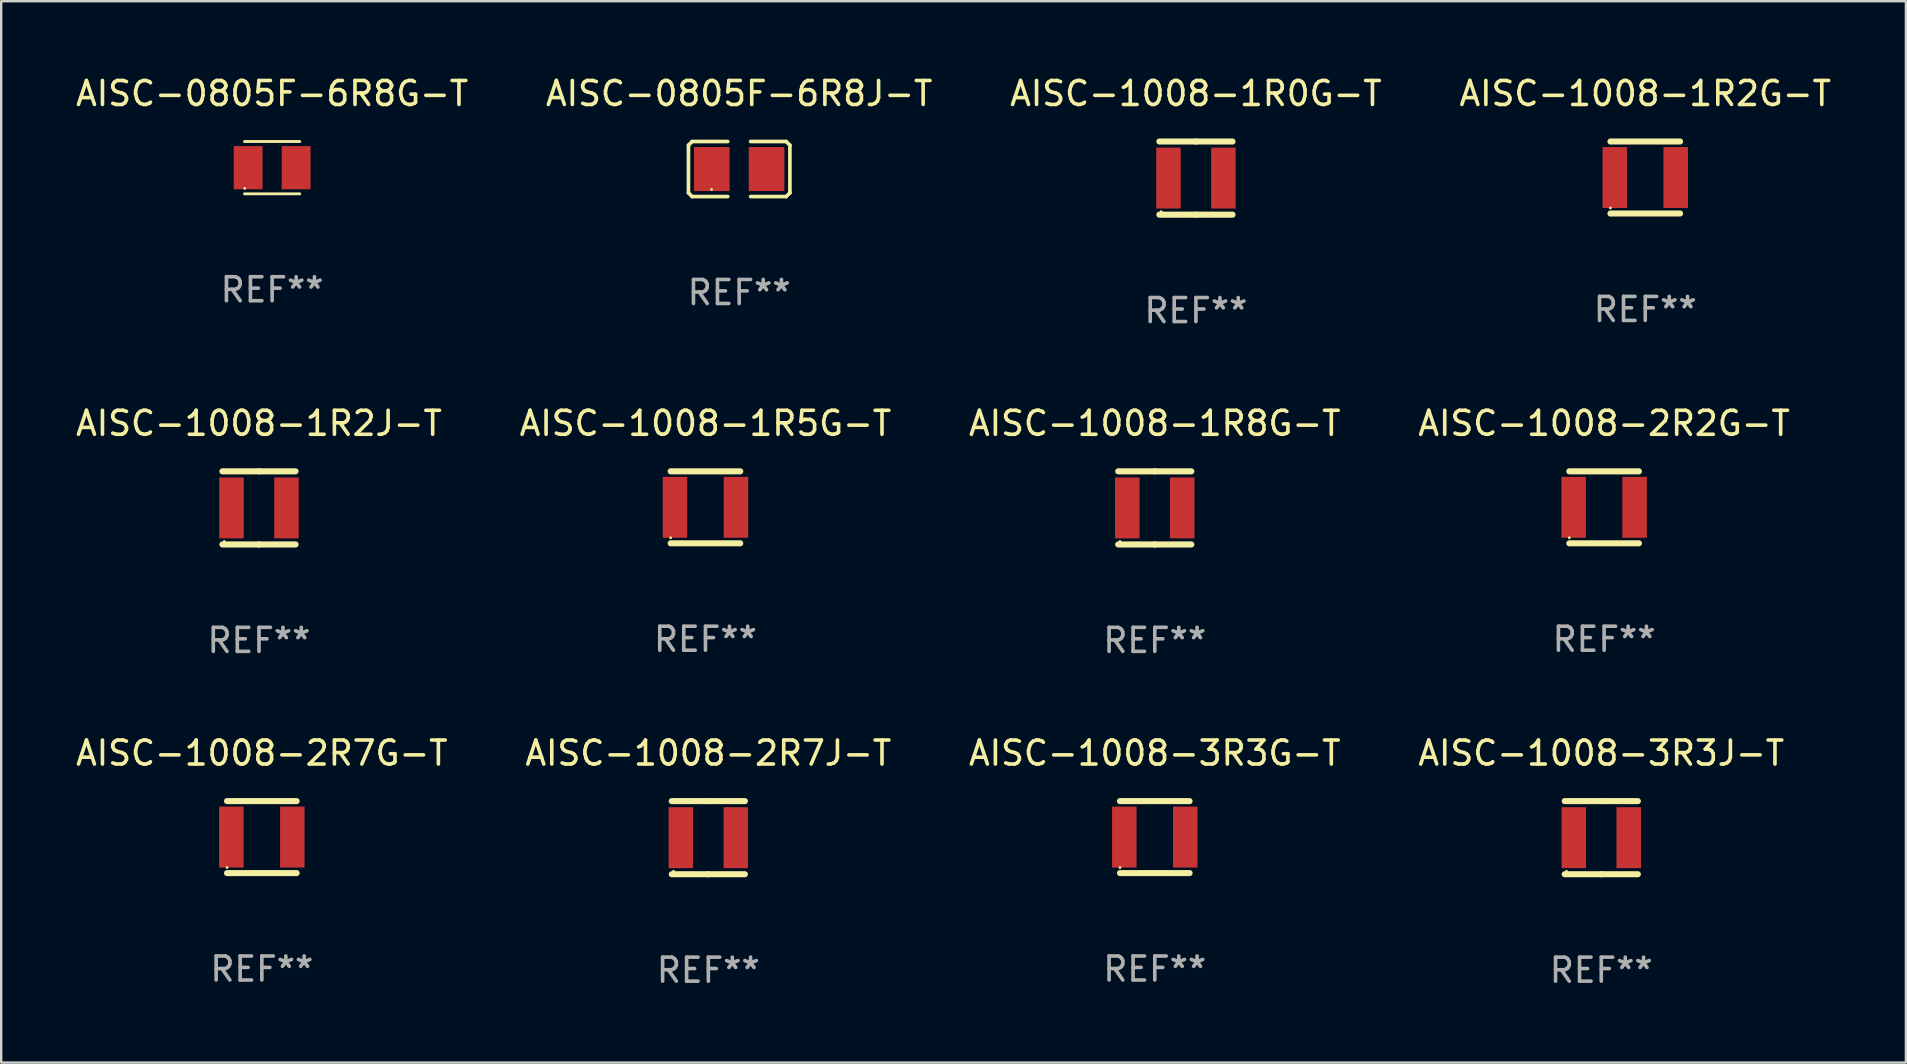
<source format=kicad_pcb>
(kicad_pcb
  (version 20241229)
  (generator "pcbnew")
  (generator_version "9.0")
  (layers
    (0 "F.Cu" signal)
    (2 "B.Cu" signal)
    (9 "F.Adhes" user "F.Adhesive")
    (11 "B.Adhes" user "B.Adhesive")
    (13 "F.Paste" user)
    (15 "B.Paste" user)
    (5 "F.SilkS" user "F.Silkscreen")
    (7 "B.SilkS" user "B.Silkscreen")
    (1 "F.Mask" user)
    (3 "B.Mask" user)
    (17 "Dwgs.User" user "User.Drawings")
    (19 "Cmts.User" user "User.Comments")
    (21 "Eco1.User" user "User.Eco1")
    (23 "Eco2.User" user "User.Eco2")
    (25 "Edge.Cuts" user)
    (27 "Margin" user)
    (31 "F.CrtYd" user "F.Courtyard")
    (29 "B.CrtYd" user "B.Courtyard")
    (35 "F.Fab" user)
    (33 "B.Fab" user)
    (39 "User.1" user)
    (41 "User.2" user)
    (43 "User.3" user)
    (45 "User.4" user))
  (footprint "AISC-0805F-6R8G-T"
    (layer "F.Cu")
    (at 8.292 3.938)
    (property "Reference" "AISC-0805F-6R8G-T" (at 0 -3.09 0) (layer "F.SilkS") (effects (font (size 1 1) (thickness 0.15))))
    (attr through_hole)
    (fp_line (start -1.15 1.09) (end 1.15 1.09) (stroke (width 0.12) (type solid)) (layer "F.SilkS"))
    (fp_line (start 1.15 -1.09) (end -1.15 -1.09) (stroke (width 0.12) (type solid)) (layer "F.SilkS"))
    (fp_circle (center -1.145 0.865) (end -1.115 0.865) (stroke (width 0.06) (type solid)) (fill no) (layer "F.SilkS"))
    (fp_text user "REF**" (at 0 5.09 0) (layer "F.Fab") (effects (font (size 1 1) (thickness 0.15))))
    (pad "1" smd rect (at -1 0 90) (size 1.8 1.2) (layers "F.Cu" "F.Mask" "F.Paste"))
    (pad "2" smd rect (at 1 0 90) (size 1.8 1.2) (layers "F.Cu" "F.Mask" "F.Paste")))
  (footprint "AISC-1008-1R0G-T"
    (layer "F.Cu")
    (at 46.792 4.372)
    (property "Reference" "AISC-1008-1R0G-T" (at 0 -3.524 0) (layer "F.SilkS") (effects (font (size 1 1) (thickness 0.15))))
    (attr through_hole)
    (fp_line (start -1.524 -1.524) (end 0 -1.524) (stroke (width 0.254) (type solid)) (layer "F.SilkS"))
    (fp_line (start 0 -1.524) (end 1.524 -1.524) (stroke (width 0.254) (type solid)) (layer "F.SilkS"))
    (fp_line (start 0 1.524) (end -1.524 1.524) (stroke (width 0.254) (type solid)) (layer "F.SilkS"))
    (fp_line (start 1.524 1.524) (end 0 1.524) (stroke (width 0.254) (type solid)) (layer "F.SilkS"))
    (fp_circle (center -1.45 1.4) (end -1.42 1.4) (stroke (width 0.06) (type solid)) (fill no) (layer "F.SilkS"))
    (fp_text user "REF**" (at 0 5.524 0) (layer "F.Fab") (effects (font (size 1 1) (thickness 0.15))))
    (pad "1" smd rect (at -1.145 0) (size 1.02 2.54) (layers "F.Cu" "F.Mask" "F.Paste"))
    (pad "2" smd rect (at 1.145 0) (size 1.02 2.54) (layers "F.Cu" "F.Mask" "F.Paste")))
  (footprint "AISC-1008-3R3J-T"
    (layer "F.Cu")
    (at 63.685 31.861)
    (property "Reference" "AISC-1008-3R3J-T" (at 0 -3.524 0) (layer "F.SilkS") (effects (font (size 1 1) (thickness 0.15))))
    (attr through_hole)
    (fp_line (start -1.524 -1.524) (end 0 -1.524) (stroke (width 0.254) (type solid)) (layer "F.SilkS"))
    (fp_line (start 0 -1.524) (end 1.524 -1.524) (stroke (width 0.254) (type solid)) (layer "F.SilkS"))
    (fp_line (start 0 1.524) (end -1.524 1.524) (stroke (width 0.254) (type solid)) (layer "F.SilkS"))
    (fp_line (start 1.524 1.524) (end 0 1.524) (stroke (width 0.254) (type solid)) (layer "F.SilkS"))
    (fp_circle (center -1.45 1.4) (end -1.42 1.4) (stroke (width 0.06) (type solid)) (fill no) (layer "F.SilkS"))
    (fp_text user "REF**" (at 0 5.524 0) (layer "F.Fab") (effects (font (size 1 1) (thickness 0.15))))
    (pad "1" smd rect (at -1.145 0) (size 1.02 2.54) (layers "F.Cu" "F.Mask" "F.Paste"))
    (pad "2" smd rect (at 1.145 0) (size 1.02 2.54) (layers "F.Cu" "F.Mask" "F.Paste")))
  (footprint "AISC-1008-1R8G-T"
    (layer "F.Cu")
    (at 45.077 18.117)
    (property "Reference" "AISC-1008-1R8G-T" (at 0 -3.524 0) (layer "F.SilkS") (effects (font (size 1 1) (thickness 0.15))))
    (attr through_hole)
    (fp_line (start -1.524 -1.524) (end 0 -1.524) (stroke (width 0.254) (type solid)) (layer "F.SilkS"))
    (fp_line (start 0 -1.524) (end 1.524 -1.524) (stroke (width 0.254) (type solid)) (layer "F.SilkS"))
    (fp_line (start 0 1.524) (end -1.524 1.524) (stroke (width 0.254) (type solid)) (layer "F.SilkS"))
    (fp_line (start 1.524 1.524) (end 0 1.524) (stroke (width 0.254) (type solid)) (layer "F.SilkS"))
    (fp_circle (center -1.45 1.4) (end -1.42 1.4) (stroke (width 0.06) (type solid)) (fill no) (layer "F.SilkS"))
    (fp_text user "REF**" (at 0 5.524 0) (layer "F.Fab") (effects (font (size 1 1) (thickness 0.15))))
    (pad "1" smd rect (at -1.145 0) (size 1.02 2.54) (layers "F.Cu" "F.Mask" "F.Paste"))
    (pad "2" smd rect (at 1.145 0) (size 1.02 2.54) (layers "F.Cu" "F.Mask" "F.Paste")))
  (footprint "AISC-0805F-6R8J-T"
    (layer "F.Cu")
    (at 27.756 3.995)
    (property "Reference" "AISC-0805F-6R8J-T" (at 0 -3.147 0) (layer "F.SilkS") (effects (font (size 1 1) (thickness 0.15))))
    (attr through_hole)
    (fp_line (start -2.114 -0.994) (end -2.114 0.994) (stroke (width 0.152) (type solid)) (layer "F.SilkS"))
    (fp_line (start -2.114 0.994) (end -1.961 1.147) (stroke (width 0.152) (type solid)) (layer "F.SilkS"))
    (fp_line (start -1.961 -1.147) (end -2.114 -0.994) (stroke (width 0.152) (type solid)) (layer "F.SilkS"))
    (fp_line (start -1.961 1.147) (end -0.476 1.147) (stroke (width 0.152) (type solid)) (layer "F.SilkS"))
    (fp_line (start -0.476 -1.147) (end -1.961 -1.147) (stroke (width 0.152) (type solid)) (layer "F.SilkS"))
    (fp_line (start 0.476 -1.147) (end 1.961 -1.147) (stroke (width 0.152) (type solid)) (layer "F.SilkS"))
    (fp_line (start 1.961 -1.147) (end 2.114 -0.994) (stroke (width 0.152) (type solid)) (layer "F.SilkS"))
    (fp_line (start 1.961 1.147) (end 0.476 1.147) (stroke (width 0.152) (type solid)) (layer "F.SilkS"))
    (fp_line (start 2.114 -0.994) (end 2.114 0.994) (stroke (width 0.152) (type solid)) (layer "F.SilkS"))
    (fp_line (start 2.114 0.994) (end 1.961 1.147) (stroke (width 0.152) (type solid)) (layer "F.SilkS"))
    (fp_circle (center -1.15 0.85) (end -1.12 0.85) (stroke (width 0.06) (type solid)) (fill no) (layer "F.SilkS"))
    (fp_text user "REF**" (at 0 5.147 0) (layer "F.Fab") (effects (font (size 1 1) (thickness 0.15))))
    (pad "1" smd rect (at -1.142 0) (size 1.485 1.836) (layers "F.Cu" "F.Mask" "F.Paste"))
    (pad "2" smd rect (at 1.142 0) (size 1.485 1.836) (layers "F.Cu" "F.Mask" "F.Paste")))
  (footprint "AISC-1008-1R5G-T"
    (layer "F.Cu")
    (at 26.351 18.093)
    (property "Reference" "AISC-1008-1R5G-T" (at 0 -3.5 0) (layer "F.SilkS") (effects (font (size 1 1) (thickness 0.15))))
    (attr through_hole)
    (fp_line (start -1.45 -1.5) (end 1.45 -1.5) (stroke (width 0.254) (type solid)) (layer "F.SilkS"))
    (fp_line (start -1.45 1.5) (end 1.45 1.5) (stroke (width 0.254) (type solid)) (layer "F.SilkS"))
    (fp_circle (center -1.45 1.27) (end -1.42 1.27) (stroke (width 0.06) (type solid)) (fill no) (layer "F.SilkS"))
    (fp_text user "REF**" (at 0 5.5 0) (layer "F.Fab") (effects (font (size 1 1) (thickness 0.15))))
    (pad "1" smd rect (at -1.27 0 90) (size 2.54 1.02) (layers "F.Cu" "F.Mask" "F.Paste"))
    (pad "2" smd rect (at 1.27 0 90) (size 2.54 1.02) (layers "F.Cu" "F.Mask" "F.Paste")))
  (footprint "AISC-1008-3R3G-T"
    (layer "F.Cu")
    (at 45.077 31.837)
    (property "Reference" "AISC-1008-3R3G-T" (at 0 -3.5 0) (layer "F.SilkS") (effects (font (size 1 1) (thickness 0.15))))
    (attr through_hole)
    (fp_line (start -1.45 -1.5) (end 1.45 -1.5) (stroke (width 0.254) (type solid)) (layer "F.SilkS"))
    (fp_line (start -1.45 1.5) (end 1.45 1.5) (stroke (width 0.254) (type solid)) (layer "F.SilkS"))
    (fp_circle (center -1.45 1.27) (end -1.42 1.27) (stroke (width 0.06) (type solid)) (fill no) (layer "F.SilkS"))
    (fp_text user "REF**" (at 0 5.5 0) (layer "F.Fab") (effects (font (size 1 1) (thickness 0.15))))
    (pad "1" smd rect (at -1.27 0 90) (size 2.54 1.02) (layers "F.Cu" "F.Mask" "F.Paste"))
    (pad "2" smd rect (at 1.27 0 90) (size 2.54 1.02) (layers "F.Cu" "F.Mask" "F.Paste")))
  (footprint "AISC-1008-2R2G-T"
    (layer "F.Cu")
    (at 63.804 18.093)
    (property "Reference" "AISC-1008-2R2G-T" (at 0 -3.5 0) (layer "F.SilkS") (effects (font (size 1 1) (thickness 0.15))))
    (attr through_hole)
    (fp_line (start -1.45 -1.5) (end 1.45 -1.5) (stroke (width 0.254) (type solid)) (layer "F.SilkS"))
    (fp_line (start -1.45 1.5) (end 1.45 1.5) (stroke (width 0.254) (type solid)) (layer "F.SilkS"))
    (fp_circle (center -1.45 1.27) (end -1.42 1.27) (stroke (width 0.06) (type solid)) (fill no) (layer "F.SilkS"))
    (fp_text user "REF**" (at 0 5.5 0) (layer "F.Fab") (effects (font (size 1 1) (thickness 0.15))))
    (pad "1" smd rect (at -1.27 0 90) (size 2.54 1.02) (layers "F.Cu" "F.Mask" "F.Paste"))
    (pad "2" smd rect (at 1.27 0 90) (size 2.54 1.02) (layers "F.Cu" "F.Mask" "F.Paste")))
  (footprint "AISC-1008-1R2G-T"
    (layer "F.Cu")
    (at 65.518 4.348)
    (property "Reference" "AISC-1008-1R2G-T" (at 0 -3.5 0) (layer "F.SilkS") (effects (font (size 1 1) (thickness 0.15))))
    (attr through_hole)
    (fp_line (start -1.45 -1.5) (end 1.45 -1.5) (stroke (width 0.254) (type solid)) (layer "F.SilkS"))
    (fp_line (start -1.45 1.5) (end 1.45 1.5) (stroke (width 0.254) (type solid)) (layer "F.SilkS"))
    (fp_circle (center -1.45 1.27) (end -1.42 1.27) (stroke (width 0.06) (type solid)) (fill no) (layer "F.SilkS"))
    (fp_text user "REF**" (at 0 5.5 0) (layer "F.Fab") (effects (font (size 1 1) (thickness 0.15))))
    (pad "1" smd rect (at -1.27 0 90) (size 2.54 1.02) (layers "F.Cu" "F.Mask" "F.Paste"))
    (pad "2" smd rect (at 1.27 0 90) (size 2.54 1.02) (layers "F.Cu" "F.Mask" "F.Paste")))
  (footprint "AISC-1008-2R7G-T"
    (layer "F.Cu")
    (at 7.863 31.837)
    (property "Reference" "AISC-1008-2R7G-T" (at 0 -3.5 0) (layer "F.SilkS") (effects (font (size 1 1) (thickness 0.15))))
    (attr through_hole)
    (fp_line (start -1.45 -1.5) (end 1.45 -1.5) (stroke (width 0.254) (type solid)) (layer "F.SilkS"))
    (fp_line (start -1.45 1.5) (end 1.45 1.5) (stroke (width 0.254) (type solid)) (layer "F.SilkS"))
    (fp_circle (center -1.45 1.27) (end -1.42 1.27) (stroke (width 0.06) (type solid)) (fill no) (layer "F.SilkS"))
    (fp_text user "REF**" (at 0 5.5 0) (layer "F.Fab") (effects (font (size 1 1) (thickness 0.15))))
    (pad "1" smd rect (at -1.27 0 90) (size 2.54 1.02) (layers "F.Cu" "F.Mask" "F.Paste"))
    (pad "2" smd rect (at 1.27 0 90) (size 2.54 1.02) (layers "F.Cu" "F.Mask" "F.Paste")))
  (footprint "AISC-1008-2R7J-T"
    (layer "F.Cu")
    (at 26.47 31.861)
    (property "Reference" "AISC-1008-2R7J-T" (at 0 -3.524 0) (layer "F.SilkS") (effects (font (size 1 1) (thickness 0.15))))
    (attr through_hole)
    (fp_line (start -1.524 -1.524) (end 0 -1.524) (stroke (width 0.254) (type solid)) (layer "F.SilkS"))
    (fp_line (start 0 -1.524) (end 1.524 -1.524) (stroke (width 0.254) (type solid)) (layer "F.SilkS"))
    (fp_line (start 0 1.524) (end -1.524 1.524) (stroke (width 0.254) (type solid)) (layer "F.SilkS"))
    (fp_line (start 1.524 1.524) (end 0 1.524) (stroke (width 0.254) (type solid)) (layer "F.SilkS"))
    (fp_circle (center -1.45 1.4) (end -1.42 1.4) (stroke (width 0.06) (type solid)) (fill no) (layer "F.SilkS"))
    (fp_text user "REF**" (at 0 5.524 0) (layer "F.Fab") (effects (font (size 1 1) (thickness 0.15))))
    (pad "1" smd rect (at -1.145 0) (size 1.02 2.54) (layers "F.Cu" "F.Mask" "F.Paste"))
    (pad "2" smd rect (at 1.145 0) (size 1.02 2.54) (layers "F.Cu" "F.Mask" "F.Paste")))
  (footprint "AISC-1008-1R2J-T"
    (layer "F.Cu")
    (at 7.744 18.117)
    (property "Reference" "AISC-1008-1R2J-T" (at 0 -3.524 0) (layer "F.SilkS") (effects (font (size 1 1) (thickness 0.15))))
    (attr through_hole)
    (fp_line (start -1.524 -1.524) (end 0 -1.524) (stroke (width 0.254) (type solid)) (layer "F.SilkS"))
    (fp_line (start 0 -1.524) (end 1.524 -1.524) (stroke (width 0.254) (type solid)) (layer "F.SilkS"))
    (fp_line (start 0 1.524) (end -1.524 1.524) (stroke (width 0.254) (type solid)) (layer "F.SilkS"))
    (fp_line (start 1.524 1.524) (end 0 1.524) (stroke (width 0.254) (type solid)) (layer "F.SilkS"))
    (fp_circle (center -1.45 1.4) (end -1.42 1.4) (stroke (width 0.06) (type solid)) (fill no) (layer "F.SilkS"))
    (fp_text user "REF**" (at 0 5.524 0) (layer "F.Fab") (effects (font (size 1 1) (thickness 0.15))))
    (pad "1" smd rect (at -1.145 0) (size 1.02 2.54) (layers "F.Cu" "F.Mask" "F.Paste"))
    (pad "2" smd rect (at 1.145 0) (size 1.02 2.54) (layers "F.Cu" "F.Mask" "F.Paste")))
  (gr_rect
    (start -3 -3)
    (end 76.381 41.234)
    (stroke (width 0.1) (type default))
    (fill no)
    (layer "Edge.Cuts")))
</source>
